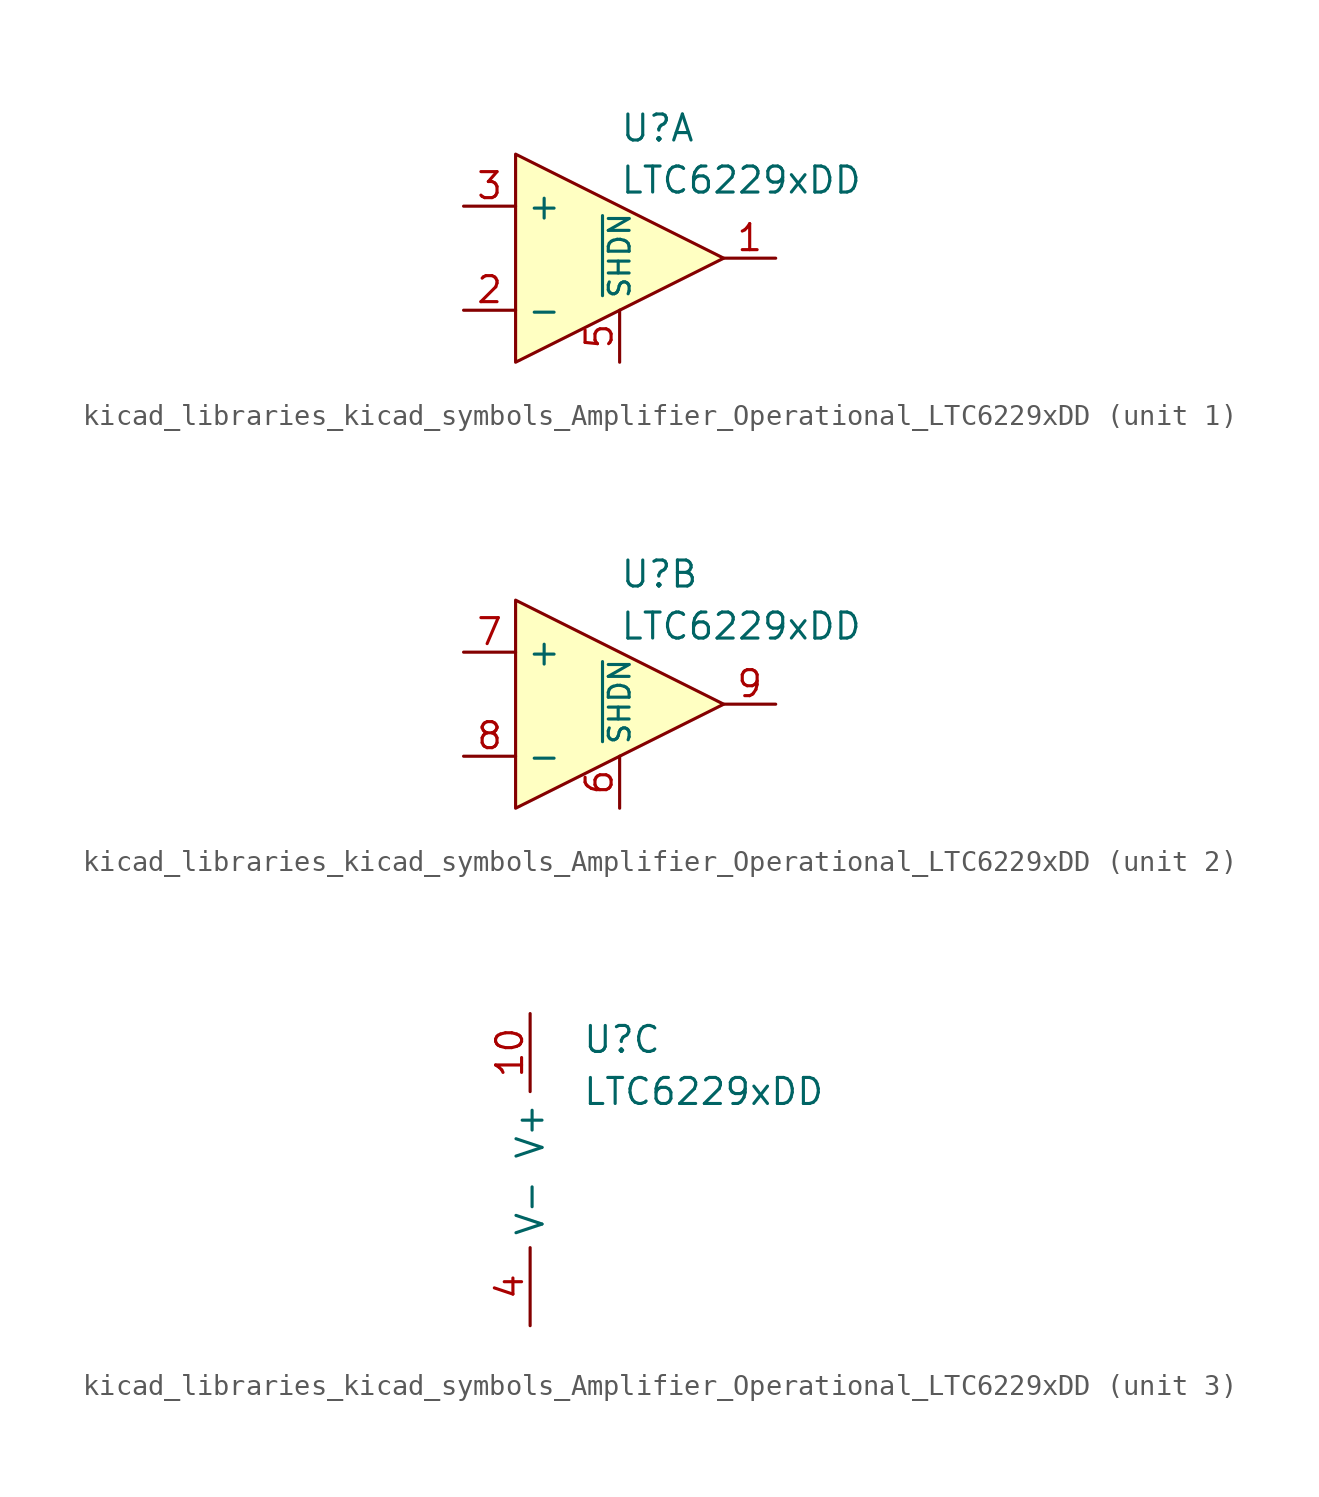
<source format=kicad_sym>
(kicad_symbol_lib
  (version 20220914)
  (generator kicad_symbol_editor)
  (symbol "kicad_libraries_kicad_symbols_Amplifier_Operational_LTC6229xDD"
    (property "Reference" "U"
      (at 0 6.35 0)
      (effects (font (size 1.27 1.27)) (justify left)))
    (property "Value" "LTC6229xDD"
      (at 0 3.81 0)
      (effects (font (size 1.27 1.27)) (justify left)))
    (symbol "kicad_libraries_kicad_symbols_Amplifier_Operational_LTC6229xDD_1_1"
      (polyline (pts (xy -5.08 5.08) (xy 5.08 0) (xy -5.08 -5.08) (xy -5.08 5.08)) (stroke (width 0) (type default)) (fill (type background)))
      (pin output line (at 7.62 0 180) (length 2.54) (name "~" (effects (font (size 1.27 1.27)))) (number "1" (effects (font (size 1.27 1.27)))))
      (pin input line (at -7.62 -2.54 0) (length 2.54) (name "-" (effects (font (size 1.27 1.27)))) (number "2" (effects (font (size 1.27 1.27)))))
      (pin input line (at -7.62 2.54 0) (length 2.54) (name "+" (effects (font (size 1.27 1.27)))) (number "3" (effects (font (size 1.27 1.27)))))
      (pin input line (at 0 -5.08 90) (length 2.54) (name "~{SHDN}" (effects (font (size 1.016 1.016)))) (number "5" (effects (font (size 1.27 1.27))))))
    (symbol "kicad_libraries_kicad_symbols_Amplifier_Operational_LTC6229xDD_2_1"
      (polyline (pts (xy -5.08 5.08) (xy 5.08 0) (xy -5.08 -5.08) (xy -5.08 5.08)) (stroke (width 0) (type default)) (fill (type background)))
      (pin input line (at 0 -5.08 90) (length 2.54) (name "~{SHDN}" (effects (font (size 1.016 1.016)))) (number "6" (effects (font (size 1.27 1.27)))))
      (pin input line (at -7.62 2.54 0) (length 2.54) (name "+" (effects (font (size 1.27 1.27)))) (number "7" (effects (font (size 1.27 1.27)))))
      (pin input line (at -7.62 -2.54 0) (length 2.54) (name "-" (effects (font (size 1.27 1.27)))) (number "8" (effects (font (size 1.27 1.27)))))
      (pin output line (at 7.62 0 180) (length 2.54) (name "~" (effects (font (size 1.27 1.27)))) (number "9" (effects (font (size 1.27 1.27))))))
    (symbol "kicad_libraries_kicad_symbols_Amplifier_Operational_LTC6229xDD_3_1"
      (pin power_in line (at -2.54 7.62 270) (length 3.81) (name "V+" (effects (font (size 1.27 1.27)))) (number "10" (effects (font (size 1.27 1.27)))))
      (pin passive line (at -2.54 -7.62 90) (length 3.81) hide (name "V-" (effects (font (size 1.27 1.27)))) (number "11" (effects (font (size 1.27 1.27)))))
      (pin power_in line (at -2.54 -7.62 90) (length 3.81) (name "V-" (effects (font (size 1.27 1.27)))) (number "4" (effects (font (size 1.27 1.27))))))))
</source>
